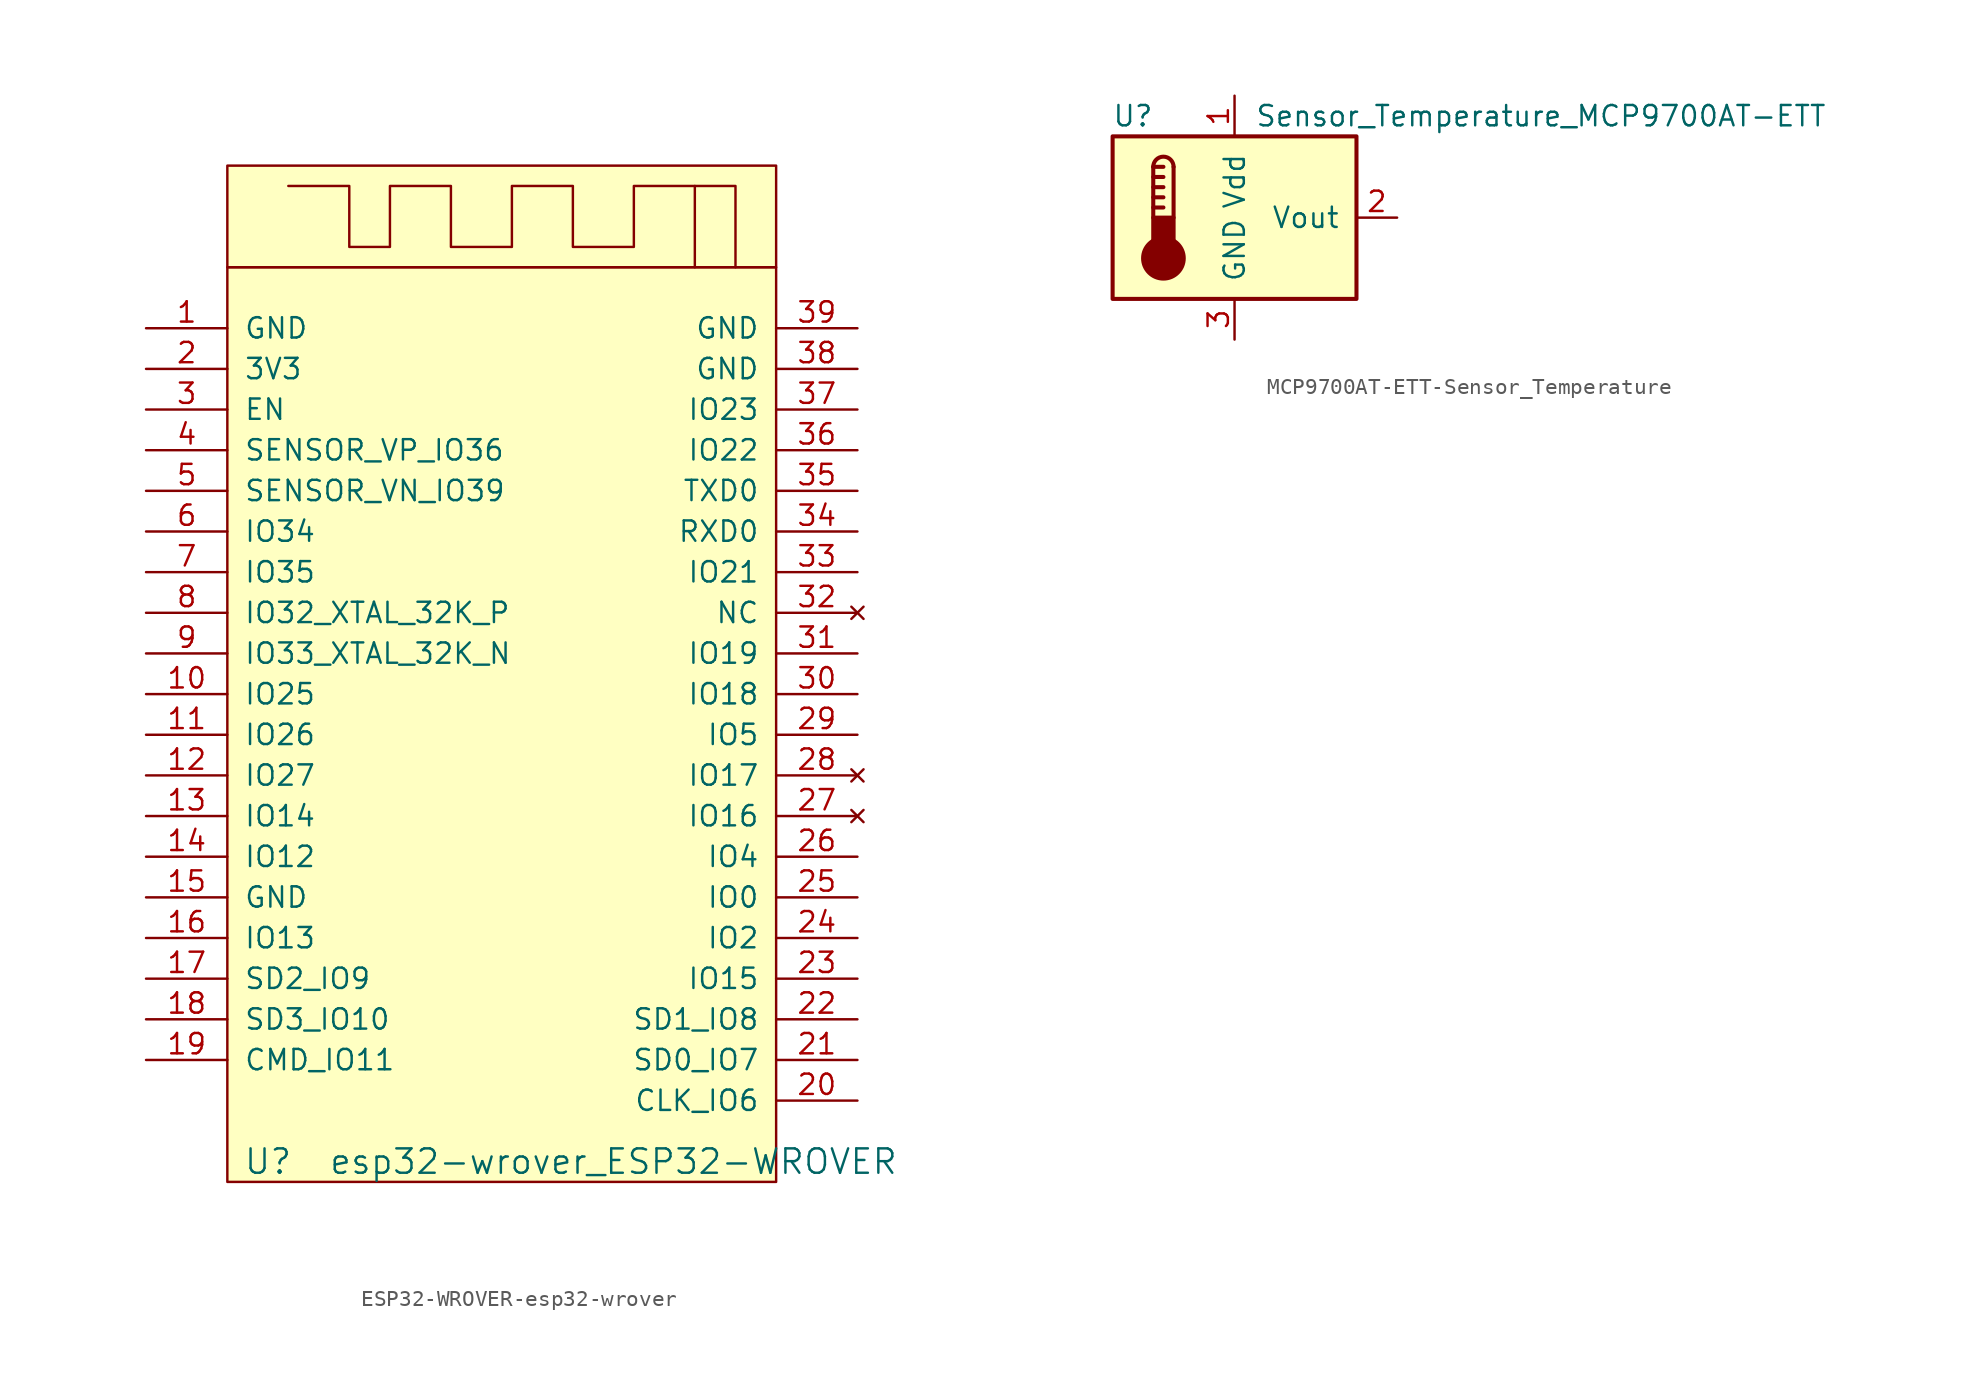
<source format=kicad_sym>
(kicad_symbol_lib
  (version 20220914)
  (generator kicad_symbol_editor)
  (symbol "ESP32-WROVER-esp32-wrover"
    (pin_names
      (offset 1.016))
    (property "Reference" "U"
      (at -15.24 -33.02 0)
      (effects (font (size 1.524 1.524))))
    (property "Value" "esp32-wrover_ESP32-WROVER"
      (at 6.35 -33.02 0)
      (effects (font (size 1.524 1.524))))
    (symbol "ESP32-WROVER-esp32-wrover_0_1"
      (rectangle (start -17.78 22.86) (end 16.51 -34.29) (stroke (width 0) (type solid)) (fill (type background)))
      (rectangle (start -17.78 29.21) (end 16.51 22.86) (stroke (width 0) (type solid)) (fill (type background)))
      (polyline (pts (xy 11.43 27.94) (xy 13.97 27.94) (xy 13.97 22.86)) (stroke (width 0) (type solid)) (fill (type none)))
      (polyline (pts (xy -13.97 27.94) (xy -10.16 27.94) (xy -10.16 24.13) (xy -7.62 24.13) (xy -7.62 27.94) (xy -3.81 27.94) (xy -3.81 24.13) (xy 0 24.13) (xy 0 27.94) (xy 3.81 27.94) (xy 3.81 24.13) (xy 7.62 24.13) (xy 7.62 27.94) (xy 11.43 27.94) (xy 11.43 22.86)) (stroke (width 0) (type solid)) (fill (type none))))
    (symbol "ESP32-WROVER-esp32-wrover_1_1"
      (pin power_in line (at -22.86 19.05 0) (length 5.08) (name "GND" (effects (font (size 1.27 1.27)))) (number "1" (effects (font (size 1.27 1.27)))))
      (pin bidirectional line (at -22.86 -3.81 0) (length 5.08) (name "IO25" (effects (font (size 1.27 1.27)))) (number "10" (effects (font (size 1.27 1.27)))))
      (pin bidirectional line (at -22.86 -6.35 0) (length 5.08) (name "IO26" (effects (font (size 1.27 1.27)))) (number "11" (effects (font (size 1.27 1.27)))))
      (pin bidirectional line (at -22.86 -8.89 0) (length 5.08) (name "IO27" (effects (font (size 1.27 1.27)))) (number "12" (effects (font (size 1.27 1.27)))))
      (pin bidirectional line (at -22.86 -11.43 0) (length 5.08) (name "IO14" (effects (font (size 1.27 1.27)))) (number "13" (effects (font (size 1.27 1.27)))))
      (pin bidirectional line (at -22.86 -13.97 0) (length 5.08) (name "IO12" (effects (font (size 1.27 1.27)))) (number "14" (effects (font (size 1.27 1.27)))))
      (pin power_in line (at -22.86 -16.51 0) (length 5.08) (name "GND" (effects (font (size 1.27 1.27)))) (number "15" (effects (font (size 1.27 1.27)))))
      (pin bidirectional line (at -22.86 -19.05 0) (length 5.08) (name "IO13" (effects (font (size 1.27 1.27)))) (number "16" (effects (font (size 1.27 1.27)))))
      (pin bidirectional line (at -22.86 -21.59 0) (length 5.08) (name "SD2_IO9" (effects (font (size 1.27 1.27)))) (number "17" (effects (font (size 1.27 1.27)))))
      (pin bidirectional line (at -22.86 -24.13 0) (length 5.08) (name "SD3_IO10" (effects (font (size 1.27 1.27)))) (number "18" (effects (font (size 1.27 1.27)))))
      (pin bidirectional line (at -22.86 -26.67 0) (length 5.08) (name "CMD_IO11" (effects (font (size 1.27 1.27)))) (number "19" (effects (font (size 1.27 1.27)))))
      (pin power_in line (at -22.86 16.51 0) (length 5.08) (name "3V3" (effects (font (size 1.27 1.27)))) (number "2" (effects (font (size 1.27 1.27)))))
      (pin bidirectional line (at 21.59 -29.21 180) (length 5.08) (name "CLK_IO6" (effects (font (size 1.27 1.27)))) (number "20" (effects (font (size 1.27 1.27)))))
      (pin bidirectional line (at 21.59 -26.67 180) (length 5.08) (name "SD0_IO7" (effects (font (size 1.27 1.27)))) (number "21" (effects (font (size 1.27 1.27)))))
      (pin bidirectional line (at 21.59 -24.13 180) (length 5.08) (name "SD1_IO8" (effects (font (size 1.27 1.27)))) (number "22" (effects (font (size 1.27 1.27)))))
      (pin bidirectional line (at 21.59 -21.59 180) (length 5.08) (name "IO15" (effects (font (size 1.27 1.27)))) (number "23" (effects (font (size 1.27 1.27)))))
      (pin bidirectional line (at 21.59 -19.05 180) (length 5.08) (name "IO2" (effects (font (size 1.27 1.27)))) (number "24" (effects (font (size 1.27 1.27)))))
      (pin bidirectional line (at 21.59 -16.51 180) (length 5.08) (name "IO0" (effects (font (size 1.27 1.27)))) (number "25" (effects (font (size 1.27 1.27)))))
      (pin bidirectional line (at 21.59 -13.97 180) (length 5.08) (name "IO4" (effects (font (size 1.27 1.27)))) (number "26" (effects (font (size 1.27 1.27)))))
      (pin no_connect line (at 21.59 -11.43 180) (length 5.08) (name "IO16" (effects (font (size 1.27 1.27)))) (number "27" (effects (font (size 1.27 1.27)))))
      (pin no_connect line (at 21.59 -8.89 180) (length 5.08) (name "IO17" (effects (font (size 1.27 1.27)))) (number "28" (effects (font (size 1.27 1.27)))))
      (pin bidirectional line (at 21.59 -6.35 180) (length 5.08) (name "IO5" (effects (font (size 1.27 1.27)))) (number "29" (effects (font (size 1.27 1.27)))))
      (pin input line (at -22.86 13.97 0) (length 5.08) (name "EN" (effects (font (size 1.27 1.27)))) (number "3" (effects (font (size 1.27 1.27)))))
      (pin bidirectional line (at 21.59 -3.81 180) (length 5.08) (name "IO18" (effects (font (size 1.27 1.27)))) (number "30" (effects (font (size 1.27 1.27)))))
      (pin bidirectional line (at 21.59 -1.27 180) (length 5.08) (name "IO19" (effects (font (size 1.27 1.27)))) (number "31" (effects (font (size 1.27 1.27)))))
      (pin no_connect line (at 21.59 1.27 180) (length 5.08) (name "NC" (effects (font (size 1.27 1.27)))) (number "32" (effects (font (size 1.27 1.27)))))
      (pin bidirectional line (at 21.59 3.81 180) (length 5.08) (name "IO21" (effects (font (size 1.27 1.27)))) (number "33" (effects (font (size 1.27 1.27)))))
      (pin input line (at 21.59 6.35 180) (length 5.08) (name "RXD0" (effects (font (size 1.27 1.27)))) (number "34" (effects (font (size 1.27 1.27)))))
      (pin output line (at 21.59 8.89 180) (length 5.08) (name "TXD0" (effects (font (size 1.27 1.27)))) (number "35" (effects (font (size 1.27 1.27)))))
      (pin bidirectional line (at 21.59 11.43 180) (length 5.08) (name "IO22" (effects (font (size 1.27 1.27)))) (number "36" (effects (font (size 1.27 1.27)))))
      (pin bidirectional line (at 21.59 13.97 180) (length 5.08) (name "IO23" (effects (font (size 1.27 1.27)))) (number "37" (effects (font (size 1.27 1.27)))))
      (pin power_in line (at 21.59 16.51 180) (length 5.08) (name "GND" (effects (font (size 1.27 1.27)))) (number "38" (effects (font (size 1.27 1.27)))))
      (pin power_in line (at 21.59 19.05 180) (length 5.08) (name "GND" (effects (font (size 1.27 1.27)))) (number "39" (effects (font (size 1.27 1.27)))))
      (pin input line (at -22.86 11.43 0) (length 5.08) (name "SENSOR_VP_IO36" (effects (font (size 1.27 1.27)))) (number "4" (effects (font (size 1.27 1.27)))))
      (pin input line (at -22.86 8.89 0) (length 5.08) (name "SENSOR_VN_IO39" (effects (font (size 1.27 1.27)))) (number "5" (effects (font (size 1.27 1.27)))))
      (pin input line (at -22.86 6.35 0) (length 5.08) (name "IO34" (effects (font (size 1.27 1.27)))) (number "6" (effects (font (size 1.27 1.27)))))
      (pin input line (at -22.86 3.81 0) (length 5.08) (name "IO35" (effects (font (size 1.27 1.27)))) (number "7" (effects (font (size 1.27 1.27)))))
      (pin bidirectional line (at -22.86 1.27 0) (length 5.08) (name "IO32_XTAL_32K_P" (effects (font (size 1.27 1.27)))) (number "8" (effects (font (size 1.27 1.27)))))
      (pin bidirectional line (at -22.86 -1.27 0) (length 5.08) (name "IO33_XTAL_32K_N" (effects (font (size 1.27 1.27)))) (number "9" (effects (font (size 1.27 1.27)))))))
  (symbol "MCP9700AT-ETT-Sensor_Temperature"
    (pin_names
      (offset 1.016))
    (property "Reference" "U"
      (at -6.35 6.35 0)
      (effects (font (size 1.27 1.27))))
    (property "Value" "Sensor_Temperature_MCP9700AT-ETT"
      (at 1.27 6.35 0)
      (effects (font (size 1.27 1.27)) (justify left)))
    (symbol "MCP9700AT-ETT-Sensor_Temperature_0_1"
      (rectangle (start -7.62 5.08) (end 7.62 -5.08) (stroke (width 0.254) (type solid)) (fill (type background)))
      (circle (center -4.445 -2.54) (radius 1.27) (stroke (width 0.254) (type solid)) (fill (type outline)))
      (rectangle (start -3.81 -1.905) (end -5.08 0) (stroke (width 0.254) (type solid)) (fill (type outline)))
      (arc (start -3.81 3.175) (mid -4.445 3.8073) (end -5.08 3.175) (stroke (width 0.254) (type solid)) (fill (type none)))
      (polyline (pts (xy -5.08 0.635) (xy -4.445 0.635)) (stroke (width 0.254) (type solid)) (fill (type none)))
      (polyline (pts (xy -5.08 1.27) (xy -4.445 1.27)) (stroke (width 0.254) (type solid)) (fill (type none)))
      (polyline (pts (xy -5.08 1.905) (xy -4.445 1.905)) (stroke (width 0.254) (type solid)) (fill (type none)))
      (polyline (pts (xy -5.08 2.54) (xy -4.445 2.54)) (stroke (width 0.254) (type solid)) (fill (type none)))
      (polyline (pts (xy -5.08 3.175) (xy -5.08 0)) (stroke (width 0.254) (type solid)) (fill (type none)))
      (polyline (pts (xy -5.08 3.175) (xy -4.445 3.175)) (stroke (width 0.254) (type solid)) (fill (type none)))
      (polyline (pts (xy -3.81 3.175) (xy -3.81 0)) (stroke (width 0.254) (type solid)) (fill (type none))))
    (symbol "MCP9700AT-ETT-Sensor_Temperature_1_1"
      (pin power_in line (at 0 7.62 270) (length 2.54) (name "Vdd" (effects (font (size 1.27 1.27)))) (number "1" (effects (font (size 1.27 1.27)))))
      (pin output line (at 10.16 0 180) (length 2.54) (name "Vout" (effects (font (size 1.27 1.27)))) (number "2" (effects (font (size 1.27 1.27)))))
      (pin power_in line (at 0 -7.62 90) (length 2.54) (name "GND" (effects (font (size 1.27 1.27)))) (number "3" (effects (font (size 1.27 1.27))))))))
</source>
